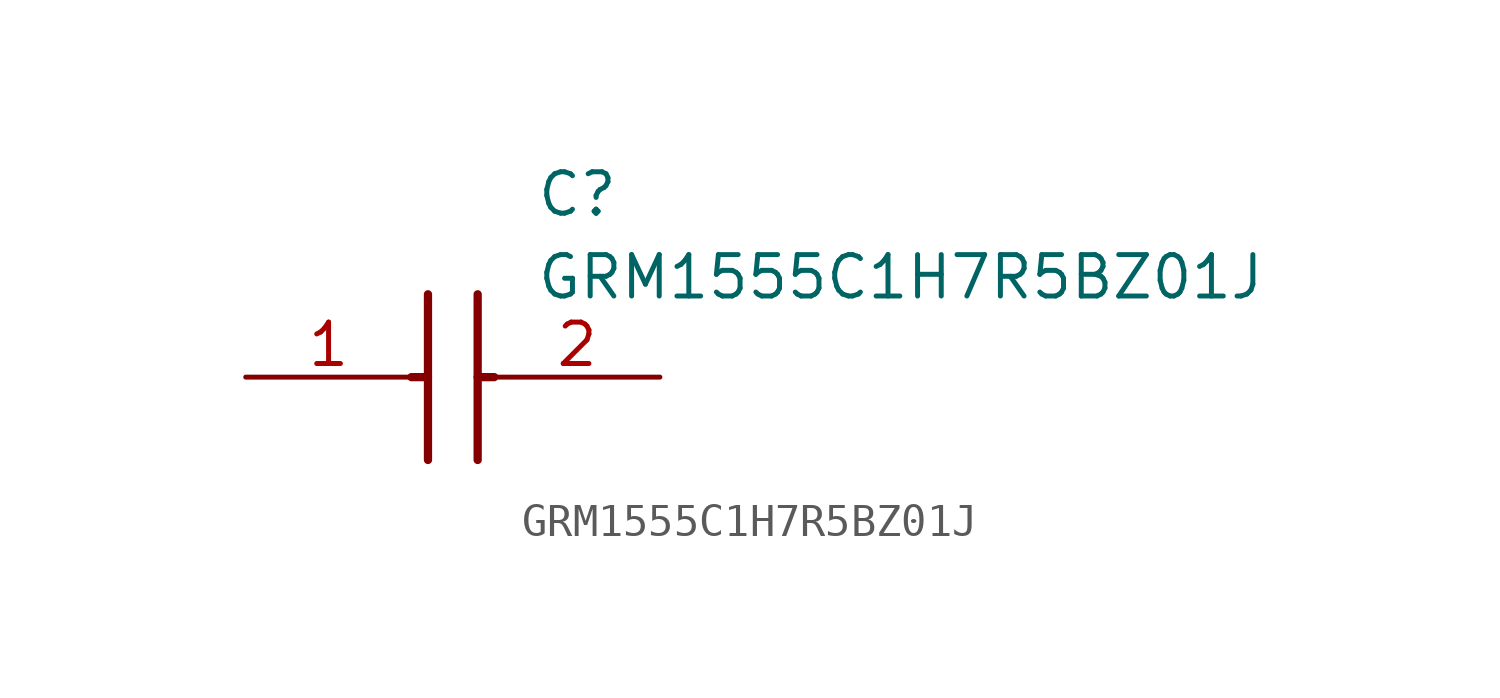
<source format=kicad_sym>
(kicad_symbol_lib
  (version 20211014)
  (generator SamacSys_ECAD_Model)
  (symbol "GRM1555C1H7R5BZ01J"
    (pin_names hide)
    (property "Reference" "C"
      (at 8.89 6.35 0)
      (effects (font (size 1.27 1.27)) (justify left top)))
    (property "Value" "GRM1555C1H7R5BZ01J"
      (at 8.89 3.81 0)
      (effects (font (size 1.27 1.27)) (justify left top)))
    (polyline
      (pts (xy 5.588 2.54) (xy 5.588 -2.54))
      (stroke (width 0.254) (type default))
      (fill (type none)))
    (polyline
      (pts (xy 7.112 2.54) (xy 7.112 -2.54))
      (stroke (width 0.254) (type default))
      (fill (type none)))
    (polyline
      (pts (xy 5.08 0) (xy 5.588 0))
      (stroke (width 0.254) (type default))
      (fill (type none)))
    (polyline
      (pts (xy 7.112 0) (xy 7.62 0))
      (stroke (width 0.254) (type default))
      (fill (type none)))
    (pin passive line
      (at 0 0 0)
      (length 5.08)
      (name "1" (effects (font (size 1.27 1.27))))
      (number "1" (effects (font (size 1.27 1.27)))))
    (pin passive line
      (at 12.7 0 180)
      (length 5.08)
      (name "2" (effects (font (size 1.27 1.27))))
      (number "2" (effects (font (size 1.27 1.27)))))))
</source>
